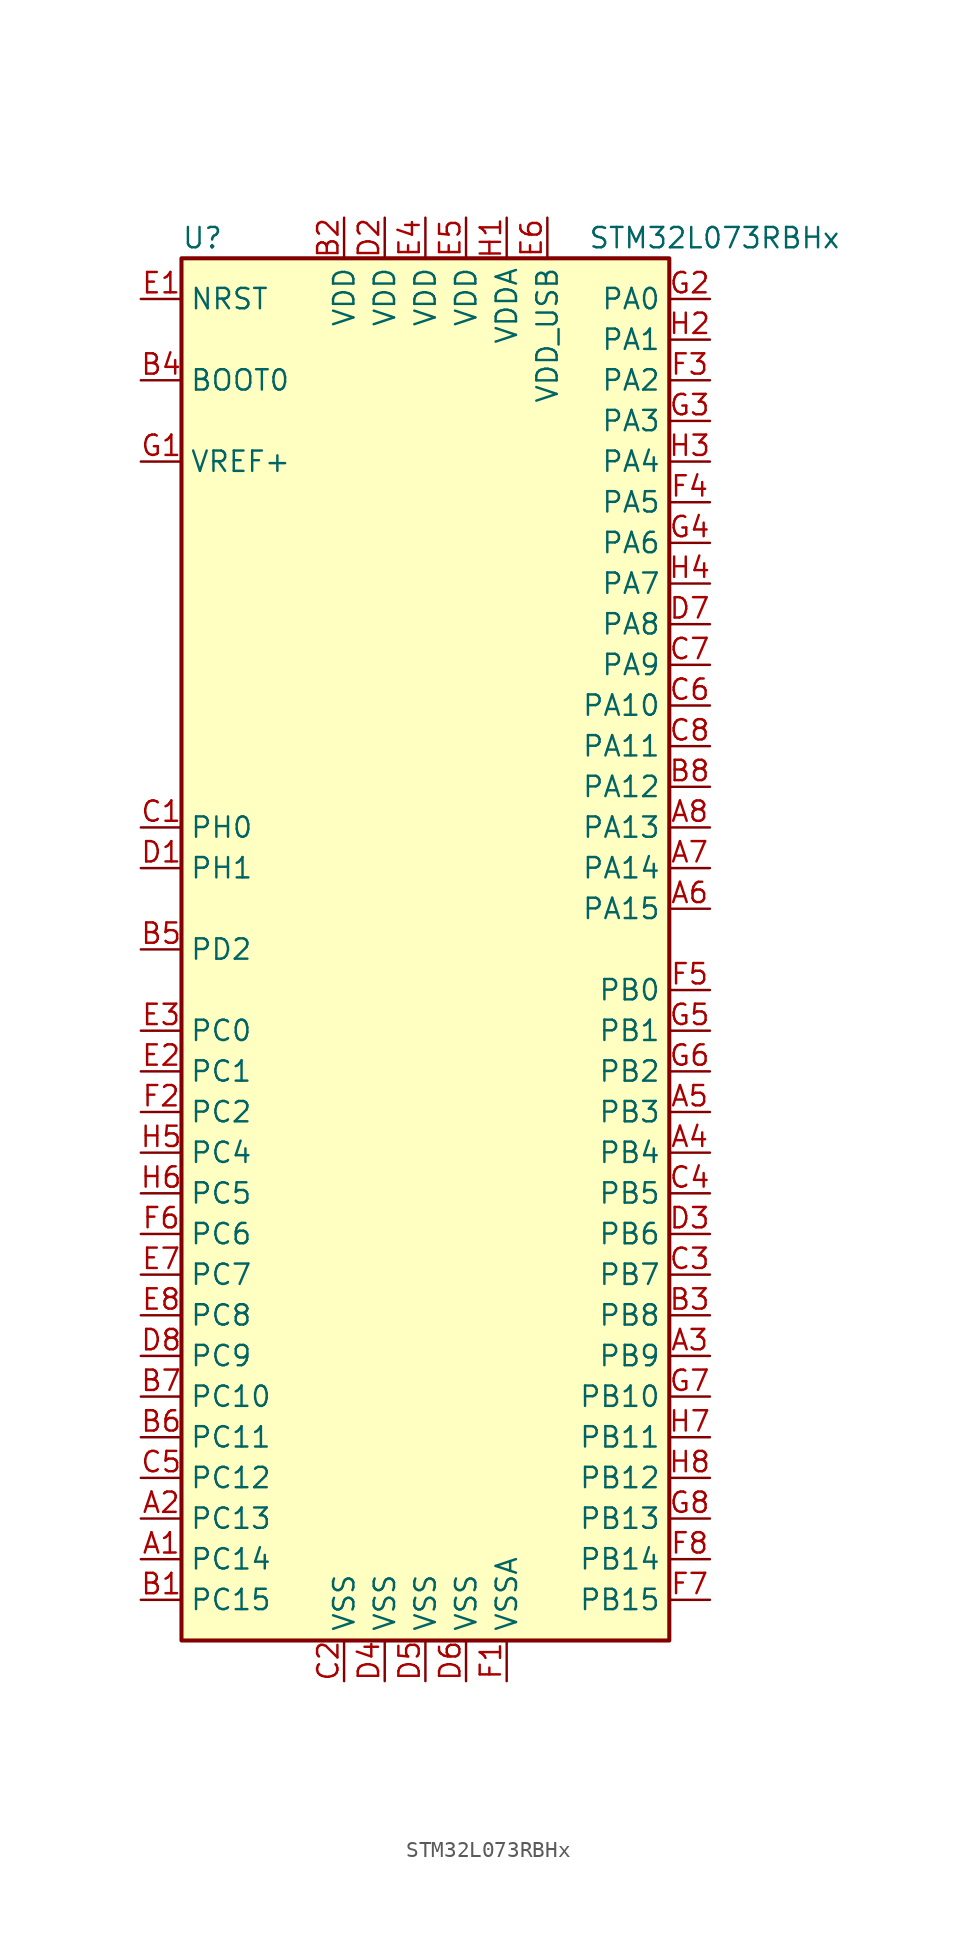
<source format=kicad_sym>
(kicad_symbol_lib
  (version 20201005)
  (generator kicad_symbol_editor)
  (symbol "STM32L073RBHx"
    (property "Reference" "U"
      (at -15.24 44.45 0)
      (effects (font (size 1.27 1.27)) (justify left)))
    (property "Value" "STM32L073RBHx"
      (at 10.16 44.45 0)
      (effects (font (size 1.27 1.27)) (justify left)))
    (symbol "STM32L073RBHx_0_1"
      (rectangle (start -15.24 -43.18) (end 15.24 43.18) (stroke (width 0.254)) (fill (type background))))
    (symbol "STM32L073RBHx_1_1"
      (pin input line (at -17.78 35.56 0) (length 2.54) (name "BOOT0" (effects (font (size 1.27 1.27)))) (number "B4" (effects (font (size 1.27 1.27)))))
      (pin input line (at -17.78 40.64 0) (length 2.54) (name "NRST" (effects (font (size 1.27 1.27)))) (number "E1" (effects (font (size 1.27 1.27)))))
      (pin bidirectional line (at 17.78 40.64 180) (length 2.54) (name "PA0" (effects (font (size 1.27 1.27)))) (number "G2" (effects (font (size 1.27 1.27)))))
      (pin bidirectional line (at 17.78 38.1 180) (length 2.54) (name "PA1" (effects (font (size 1.27 1.27)))) (number "H2" (effects (font (size 1.27 1.27)))))
      (pin bidirectional line (at 17.78 15.24 180) (length 2.54) (name "PA10" (effects (font (size 1.27 1.27)))) (number "C6" (effects (font (size 1.27 1.27)))))
      (pin bidirectional line (at 17.78 12.7 180) (length 2.54) (name "PA11" (effects (font (size 1.27 1.27)))) (number "C8" (effects (font (size 1.27 1.27)))))
      (pin bidirectional line (at 17.78 10.16 180) (length 2.54) (name "PA12" (effects (font (size 1.27 1.27)))) (number "B8" (effects (font (size 1.27 1.27)))))
      (pin bidirectional line (at 17.78 7.62 180) (length 2.54) (name "PA13" (effects (font (size 1.27 1.27)))) (number "A8" (effects (font (size 1.27 1.27)))))
      (pin bidirectional line (at 17.78 5.08 180) (length 2.54) (name "PA14" (effects (font (size 1.27 1.27)))) (number "A7" (effects (font (size 1.27 1.27)))))
      (pin bidirectional line (at 17.78 2.54 180) (length 2.54) (name "PA15" (effects (font (size 1.27 1.27)))) (number "A6" (effects (font (size 1.27 1.27)))))
      (pin bidirectional line (at 17.78 35.56 180) (length 2.54) (name "PA2" (effects (font (size 1.27 1.27)))) (number "F3" (effects (font (size 1.27 1.27)))))
      (pin bidirectional line (at 17.78 33.02 180) (length 2.54) (name "PA3" (effects (font (size 1.27 1.27)))) (number "G3" (effects (font (size 1.27 1.27)))))
      (pin bidirectional line (at 17.78 30.48 180) (length 2.54) (name "PA4" (effects (font (size 1.27 1.27)))) (number "H3" (effects (font (size 1.27 1.27)))))
      (pin bidirectional line (at 17.78 27.94 180) (length 2.54) (name "PA5" (effects (font (size 1.27 1.27)))) (number "F4" (effects (font (size 1.27 1.27)))))
      (pin bidirectional line (at 17.78 25.4 180) (length 2.54) (name "PA6" (effects (font (size 1.27 1.27)))) (number "G4" (effects (font (size 1.27 1.27)))))
      (pin bidirectional line (at 17.78 22.86 180) (length 2.54) (name "PA7" (effects (font (size 1.27 1.27)))) (number "H4" (effects (font (size 1.27 1.27)))))
      (pin bidirectional line (at 17.78 20.32 180) (length 2.54) (name "PA8" (effects (font (size 1.27 1.27)))) (number "D7" (effects (font (size 1.27 1.27)))))
      (pin bidirectional line (at 17.78 17.78 180) (length 2.54) (name "PA9" (effects (font (size 1.27 1.27)))) (number "C7" (effects (font (size 1.27 1.27)))))
      (pin bidirectional line (at 17.78 -2.54 180) (length 2.54) (name "PB0" (effects (font (size 1.27 1.27)))) (number "F5" (effects (font (size 1.27 1.27)))))
      (pin bidirectional line (at 17.78 -5.08 180) (length 2.54) (name "PB1" (effects (font (size 1.27 1.27)))) (number "G5" (effects (font (size 1.27 1.27)))))
      (pin bidirectional line (at 17.78 -27.94 180) (length 2.54) (name "PB10" (effects (font (size 1.27 1.27)))) (number "G7" (effects (font (size 1.27 1.27)))))
      (pin bidirectional line (at 17.78 -30.48 180) (length 2.54) (name "PB11" (effects (font (size 1.27 1.27)))) (number "H7" (effects (font (size 1.27 1.27)))))
      (pin bidirectional line (at 17.78 -33.02 180) (length 2.54) (name "PB12" (effects (font (size 1.27 1.27)))) (number "H8" (effects (font (size 1.27 1.27)))))
      (pin bidirectional line (at 17.78 -35.56 180) (length 2.54) (name "PB13" (effects (font (size 1.27 1.27)))) (number "G8" (effects (font (size 1.27 1.27)))))
      (pin bidirectional line (at 17.78 -38.1 180) (length 2.54) (name "PB14" (effects (font (size 1.27 1.27)))) (number "F8" (effects (font (size 1.27 1.27)))))
      (pin bidirectional line (at 17.78 -40.64 180) (length 2.54) (name "PB15" (effects (font (size 1.27 1.27)))) (number "F7" (effects (font (size 1.27 1.27)))))
      (pin bidirectional line (at 17.78 -7.62 180) (length 2.54) (name "PB2" (effects (font (size 1.27 1.27)))) (number "G6" (effects (font (size 1.27 1.27)))))
      (pin bidirectional line (at 17.78 -10.16 180) (length 2.54) (name "PB3" (effects (font (size 1.27 1.27)))) (number "A5" (effects (font (size 1.27 1.27)))))
      (pin bidirectional line (at 17.78 -12.7 180) (length 2.54) (name "PB4" (effects (font (size 1.27 1.27)))) (number "A4" (effects (font (size 1.27 1.27)))))
      (pin bidirectional line (at 17.78 -15.24 180) (length 2.54) (name "PB5" (effects (font (size 1.27 1.27)))) (number "C4" (effects (font (size 1.27 1.27)))))
      (pin bidirectional line (at 17.78 -17.78 180) (length 2.54) (name "PB6" (effects (font (size 1.27 1.27)))) (number "D3" (effects (font (size 1.27 1.27)))))
      (pin bidirectional line (at 17.78 -20.32 180) (length 2.54) (name "PB7" (effects (font (size 1.27 1.27)))) (number "C3" (effects (font (size 1.27 1.27)))))
      (pin bidirectional line (at 17.78 -22.86 180) (length 2.54) (name "PB8" (effects (font (size 1.27 1.27)))) (number "B3" (effects (font (size 1.27 1.27)))))
      (pin bidirectional line (at 17.78 -25.4 180) (length 2.54) (name "PB9" (effects (font (size 1.27 1.27)))) (number "A3" (effects (font (size 1.27 1.27)))))
      (pin bidirectional line (at -17.78 -5.08 0) (length 2.54) (name "PC0" (effects (font (size 1.27 1.27)))) (number "E3" (effects (font (size 1.27 1.27)))))
      (pin bidirectional line (at -17.78 -7.62 0) (length 2.54) (name "PC1" (effects (font (size 1.27 1.27)))) (number "E2" (effects (font (size 1.27 1.27)))))
      (pin bidirectional line (at -17.78 -27.94 0) (length 2.54) (name "PC10" (effects (font (size 1.27 1.27)))) (number "B7" (effects (font (size 1.27 1.27)))))
      (pin bidirectional line (at -17.78 -30.48 0) (length 2.54) (name "PC11" (effects (font (size 1.27 1.27)))) (number "B6" (effects (font (size 1.27 1.27)))))
      (pin bidirectional line (at -17.78 -33.02 0) (length 2.54) (name "PC12" (effects (font (size 1.27 1.27)))) (number "C5" (effects (font (size 1.27 1.27)))))
      (pin bidirectional line (at -17.78 -35.56 0) (length 2.54) (name "PC13" (effects (font (size 1.27 1.27)))) (number "A2" (effects (font (size 1.27 1.27)))))
      (pin bidirectional line (at -17.78 -38.1 0) (length 2.54) (name "PC14" (effects (font (size 1.27 1.27)))) (number "A1" (effects (font (size 1.27 1.27)))))
      (pin bidirectional line (at -17.78 -40.64 0) (length 2.54) (name "PC15" (effects (font (size 1.27 1.27)))) (number "B1" (effects (font (size 1.27 1.27)))))
      (pin bidirectional line (at -17.78 -10.16 0) (length 2.54) (name "PC2" (effects (font (size 1.27 1.27)))) (number "F2" (effects (font (size 1.27 1.27)))))
      (pin bidirectional line (at -17.78 -12.7 0) (length 2.54) (name "PC4" (effects (font (size 1.27 1.27)))) (number "H5" (effects (font (size 1.27 1.27)))))
      (pin bidirectional line (at -17.78 -15.24 0) (length 2.54) (name "PC5" (effects (font (size 1.27 1.27)))) (number "H6" (effects (font (size 1.27 1.27)))))
      (pin bidirectional line (at -17.78 -17.78 0) (length 2.54) (name "PC6" (effects (font (size 1.27 1.27)))) (number "F6" (effects (font (size 1.27 1.27)))))
      (pin bidirectional line (at -17.78 -20.32 0) (length 2.54) (name "PC7" (effects (font (size 1.27 1.27)))) (number "E7" (effects (font (size 1.27 1.27)))))
      (pin bidirectional line (at -17.78 -22.86 0) (length 2.54) (name "PC8" (effects (font (size 1.27 1.27)))) (number "E8" (effects (font (size 1.27 1.27)))))
      (pin bidirectional line (at -17.78 -25.4 0) (length 2.54) (name "PC9" (effects (font (size 1.27 1.27)))) (number "D8" (effects (font (size 1.27 1.27)))))
      (pin bidirectional line (at -17.78 0 0) (length 2.54) (name "PD2" (effects (font (size 1.27 1.27)))) (number "B5" (effects (font (size 1.27 1.27)))))
      (pin input line (at -17.78 7.62 0) (length 2.54) (name "PH0" (effects (font (size 1.27 1.27)))) (number "C1" (effects (font (size 1.27 1.27)))))
      (pin input line (at -17.78 5.08 0) (length 2.54) (name "PH1" (effects (font (size 1.27 1.27)))) (number "D1" (effects (font (size 1.27 1.27)))))
      (pin power_in line (at -5.08 45.72 270) (length 2.54) (name "VDD" (effects (font (size 1.27 1.27)))) (number "B2" (effects (font (size 1.27 1.27)))))
      (pin power_in line (at -2.54 45.72 270) (length 2.54) (name "VDD" (effects (font (size 1.27 1.27)))) (number "D2" (effects (font (size 1.27 1.27)))))
      (pin power_in line (at 0 45.72 270) (length 2.54) (name "VDD" (effects (font (size 1.27 1.27)))) (number "E4" (effects (font (size 1.27 1.27)))))
      (pin power_in line (at 2.54 45.72 270) (length 2.54) (name "VDD" (effects (font (size 1.27 1.27)))) (number "E5" (effects (font (size 1.27 1.27)))))
      (pin power_in line (at 5.08 45.72 270) (length 2.54) (name "VDDA" (effects (font (size 1.27 1.27)))) (number "H1" (effects (font (size 1.27 1.27)))))
      (pin power_in line (at 7.62 45.72 270) (length 2.54) (name "VDD_USB" (effects (font (size 1.27 1.27)))) (number "E6" (effects (font (size 1.27 1.27)))))
      (pin power_in line (at -17.78 30.48 0) (length 2.54) (name "VREF+" (effects (font (size 1.27 1.27)))) (number "G1" (effects (font (size 1.27 1.27)))))
      (pin power_in line (at -5.08 -45.72 90) (length 2.54) (name "VSS" (effects (font (size 1.27 1.27)))) (number "C2" (effects (font (size 1.27 1.27)))))
      (pin power_in line (at -2.54 -45.72 90) (length 2.54) (name "VSS" (effects (font (size 1.27 1.27)))) (number "D4" (effects (font (size 1.27 1.27)))))
      (pin power_in line (at 0 -45.72 90) (length 2.54) (name "VSS" (effects (font (size 1.27 1.27)))) (number "D5" (effects (font (size 1.27 1.27)))))
      (pin power_in line (at 2.54 -45.72 90) (length 2.54) (name "VSS" (effects (font (size 1.27 1.27)))) (number "D6" (effects (font (size 1.27 1.27)))))
      (pin power_in line (at 5.08 -45.72 90) (length 2.54) (name "VSSA" (effects (font (size 1.27 1.27)))) (number "F1" (effects (font (size 1.27 1.27))))))))
</source>
